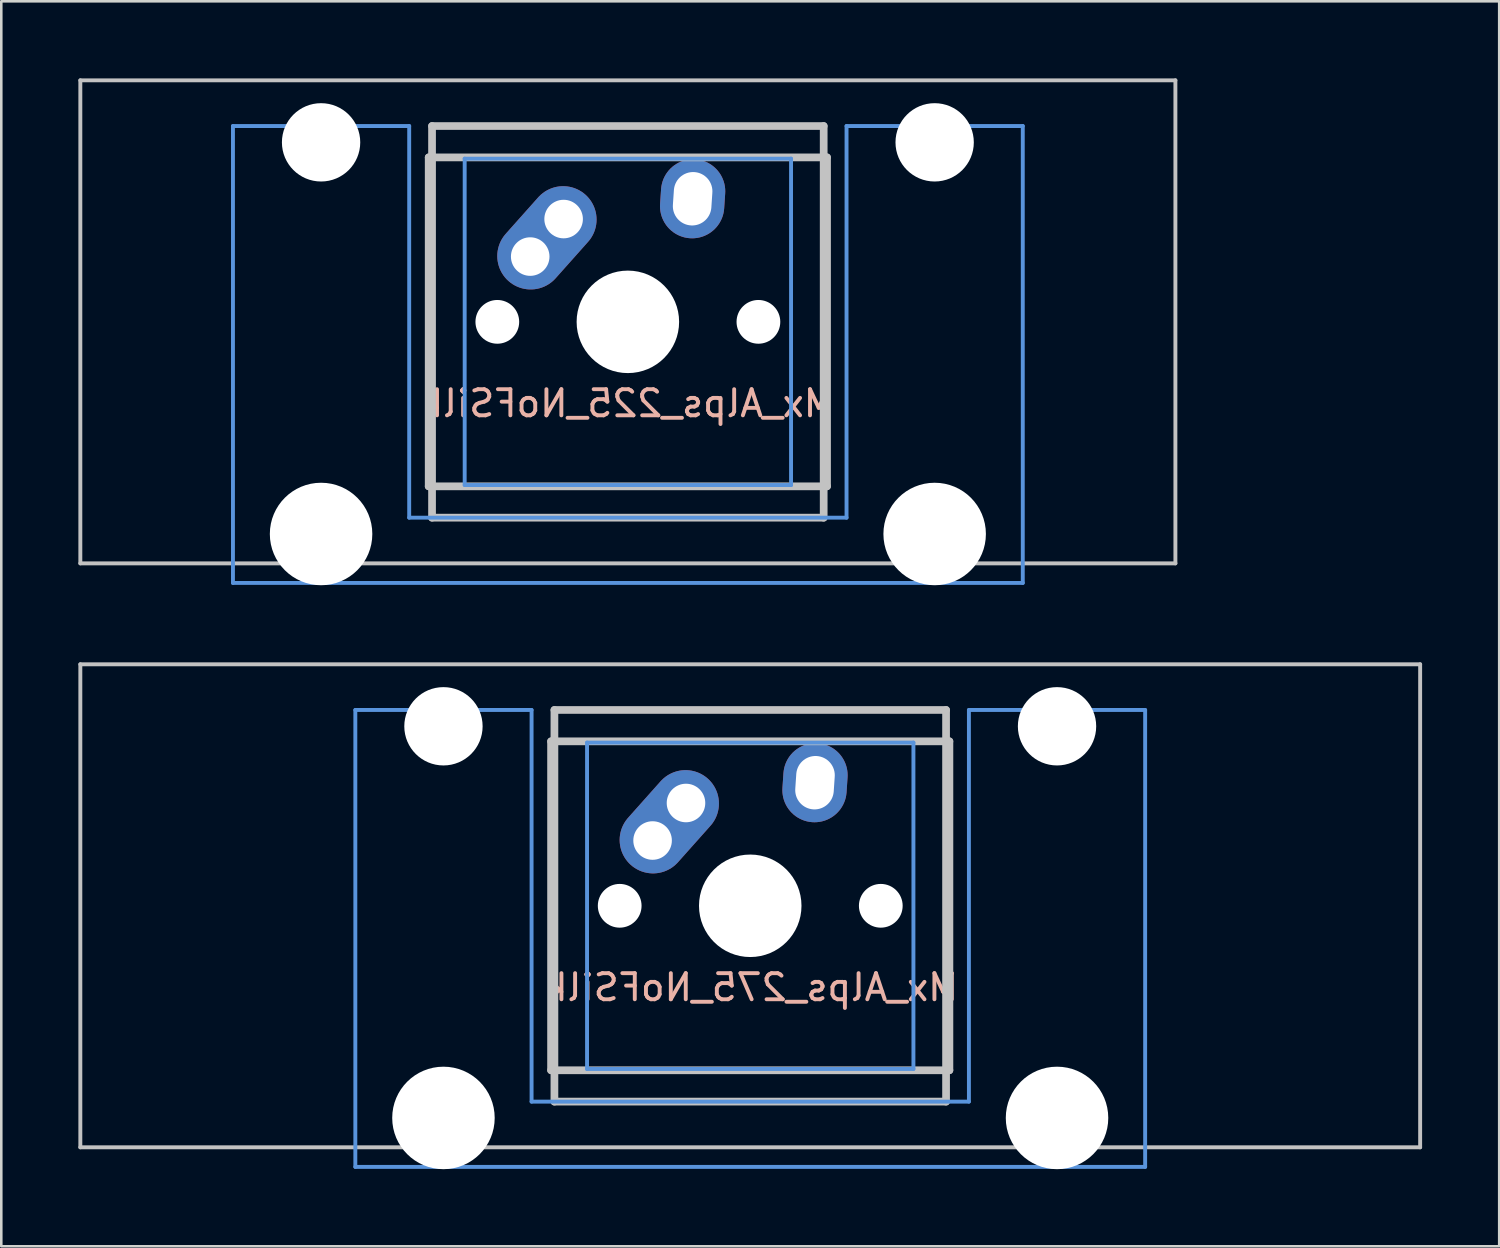
<source format=kicad_pcb>
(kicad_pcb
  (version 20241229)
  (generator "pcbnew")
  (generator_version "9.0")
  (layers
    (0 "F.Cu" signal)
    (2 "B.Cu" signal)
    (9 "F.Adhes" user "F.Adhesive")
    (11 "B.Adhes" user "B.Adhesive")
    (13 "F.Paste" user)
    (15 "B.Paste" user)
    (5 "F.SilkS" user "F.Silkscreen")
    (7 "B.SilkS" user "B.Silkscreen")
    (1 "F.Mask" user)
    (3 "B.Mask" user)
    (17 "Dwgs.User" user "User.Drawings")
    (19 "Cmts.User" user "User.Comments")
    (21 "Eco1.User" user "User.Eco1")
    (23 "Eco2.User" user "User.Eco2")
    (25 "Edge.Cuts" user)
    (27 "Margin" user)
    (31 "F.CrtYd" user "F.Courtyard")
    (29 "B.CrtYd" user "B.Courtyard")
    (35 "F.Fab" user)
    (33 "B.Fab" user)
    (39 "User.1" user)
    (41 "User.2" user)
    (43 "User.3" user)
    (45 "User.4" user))
  (footprint "Mx_Alps_275_NoFSilk"
    (layer "F.Cu")
    (at 26.144 32.197)
    (property "Reference" "Mx_Alps_275_NoFSilk" (at 0.079 3.175 0) (layer "B.SilkS") (effects (font (size 1.016 1.016) (thickness 0.152)) (justify mirror)))
    (attr through_hole)
    (fp_line (start -26.068 -9.398) (end 26.068 -9.398) (stroke (width 0.152) (type solid)) (layer "Dwgs.User"))
    (fp_line (start -26.068 9.398) (end -26.068 -9.398) (stroke (width 0.152) (type solid)) (layer "Dwgs.User"))
    (fp_line (start -7.75 6.4) (end -7.75 -6.4) (stroke (width 0.3) (type solid)) (layer "Dwgs.User"))
    (fp_line (start -7.75 6.4) (end 7.75 6.4) (stroke (width 0.3) (type solid)) (layer "Dwgs.User"))
    (fp_line (start -7.62 -7.62) (end 7.62 -7.62) (stroke (width 0.3) (type solid)) (layer "Dwgs.User"))
    (fp_line (start -7.62 7.62) (end -7.62 -7.62) (stroke (width 0.3) (type solid)) (layer "Dwgs.User"))
    (fp_line (start 7.62 -7.62) (end 7.62 7.62) (stroke (width 0.3) (type solid)) (layer "Dwgs.User"))
    (fp_line (start 7.62 7.62) (end -7.62 7.62) (stroke (width 0.3) (type solid)) (layer "Dwgs.User"))
    (fp_line (start 7.75 -6.4) (end -7.75 -6.4) (stroke (width 0.3) (type solid)) (layer "Dwgs.User"))
    (fp_line (start 7.75 6.4) (end 7.75 -6.4) (stroke (width 0.3) (type solid)) (layer "Dwgs.User"))
    (fp_line (start 26.068 -9.398) (end 26.068 9.398) (stroke (width 0.152) (type solid)) (layer "Dwgs.User"))
    (fp_line (start 26.068 9.398) (end -26.068 9.398) (stroke (width 0.152) (type solid)) (layer "Dwgs.User"))
    (fp_line (start -15.367 -7.62) (end -15.367 10.16) (stroke (width 0.152) (type solid)) (layer "Cmts.User"))
    (fp_line (start -15.367 10.16) (end 15.367 10.16) (stroke (width 0.152) (type solid)) (layer "Cmts.User"))
    (fp_line (start -8.509 -7.62) (end -15.367 -7.62) (stroke (width 0.152) (type solid)) (layer "Cmts.User"))
    (fp_line (start -8.509 7.62) (end -8.509 -7.62) (stroke (width 0.152) (type solid)) (layer "Cmts.User"))
    (fp_line (start -6.35 -6.35) (end 6.35 -6.35) (stroke (width 0.152) (type solid)) (layer "Cmts.User"))
    (fp_line (start -6.35 6.35) (end -6.35 -6.35) (stroke (width 0.152) (type solid)) (layer "Cmts.User"))
    (fp_line (start 6.35 -6.35) (end 6.35 6.35) (stroke (width 0.152) (type solid)) (layer "Cmts.User"))
    (fp_line (start 6.35 6.35) (end -6.35 6.35) (stroke (width 0.152) (type solid)) (layer "Cmts.User"))
    (fp_line (start 8.509 -7.62) (end 8.509 7.62) (stroke (width 0.152) (type solid)) (layer "Cmts.User"))
    (fp_line (start 8.509 7.62) (end -8.509 7.62) (stroke (width 0.152) (type solid)) (layer "Cmts.User"))
    (fp_line (start 15.367 -7.62) (end 8.509 -7.62) (stroke (width 0.152) (type solid)) (layer "Cmts.User"))
    (fp_line (start 15.367 10.16) (end 15.367 -7.62) (stroke (width 0.152) (type solid)) (layer "Cmts.User"))
    (fp_line (start -16.129 -2.286) (end -15.265 -2.286) (stroke (width 0.152) (type solid)) (layer "Eco2.User"))
    (fp_line (start -16.129 0.508) (end -16.129 -2.286) (stroke (width 0.152) (type solid)) (layer "Eco2.User"))
    (fp_line (start -15.265 -5.69) (end -8.611 -5.69) (stroke (width 0.152) (type solid)) (layer "Eco2.User"))
    (fp_line (start -15.265 -2.286) (end -15.265 -5.69) (stroke (width 0.152) (type solid)) (layer "Eco2.User"))
    (fp_line (start -15.265 0.508) (end -16.129 0.508) (stroke (width 0.152) (type solid)) (layer "Eco2.User"))
    (fp_line (start -15.265 6.604) (end -15.265 0.508) (stroke (width 0.152) (type solid)) (layer "Eco2.User"))
    (fp_line (start -14.224 6.604) (end -15.265 6.604) (stroke (width 0.152) (type solid)) (layer "Eco2.User"))
    (fp_line (start -14.224 7.772) (end -14.224 6.604) (stroke (width 0.152) (type solid)) (layer "Eco2.User"))
    (fp_line (start -9.652 6.604) (end -9.652 7.772) (stroke (width 0.152) (type solid)) (layer "Eco2.User"))
    (fp_line (start -9.652 7.772) (end -14.224 7.772) (stroke (width 0.152) (type solid)) (layer "Eco2.User"))
    (fp_line (start -8.611 -5.69) (end -8.611 -4.877) (stroke (width 0.152) (type solid)) (layer "Eco2.User"))
    (fp_line (start -8.611 -4.877) (end -6.985 -4.877) (stroke (width 0.152) (type solid)) (layer "Eco2.User"))
    (fp_line (start -8.611 5.817) (end -8.611 6.604) (stroke (width 0.152) (type solid)) (layer "Eco2.User"))
    (fp_line (start -8.611 6.604) (end -9.652 6.604) (stroke (width 0.152) (type solid)) (layer "Eco2.User"))
    (fp_line (start -6.985 -6.985) (end 6.985 -6.985) (stroke (width 0.152) (type solid)) (layer "Eco2.User"))
    (fp_line (start -6.985 -4.877) (end -6.985 -6.985) (stroke (width 0.152) (type solid)) (layer "Eco2.User"))
    (fp_line (start -6.985 5.817) (end -8.611 5.817) (stroke (width 0.152) (type solid)) (layer "Eco2.User"))
    (fp_line (start -6.985 6.985) (end -6.985 5.817) (stroke (width 0.152) (type solid)) (layer "Eco2.User"))
    (fp_line (start 6.985 -6.985) (end 6.985 -4.877) (stroke (width 0.152) (type solid)) (layer "Eco2.User"))
    (fp_line (start 6.985 -4.877) (end 8.611 -4.877) (stroke (width 0.152) (type solid)) (layer "Eco2.User"))
    (fp_line (start 6.985 5.817) (end 6.985 6.985) (stroke (width 0.152) (type solid)) (layer "Eco2.User"))
    (fp_line (start 6.985 6.985) (end -6.985 6.985) (stroke (width 0.152) (type solid)) (layer "Eco2.User"))
    (fp_line (start 8.611 -5.69) (end 15.265 -5.69) (stroke (width 0.152) (type solid)) (layer "Eco2.User"))
    (fp_line (start 8.611 -4.877) (end 8.611 -5.69) (stroke (width 0.152) (type solid)) (layer "Eco2.User"))
    (fp_line (start 8.611 5.817) (end 6.985 5.817) (stroke (width 0.152) (type solid)) (layer "Eco2.User"))
    (fp_line (start 8.611 6.604) (end 8.611 5.817) (stroke (width 0.152) (type solid)) (layer "Eco2.User"))
    (fp_line (start 9.652 6.604) (end 8.611 6.604) (stroke (width 0.152) (type solid)) (layer "Eco2.User"))
    (fp_line (start 9.652 7.772) (end 9.652 6.604) (stroke (width 0.152) (type solid)) (layer "Eco2.User"))
    (fp_line (start 14.224 6.604) (end 14.224 7.772) (stroke (width 0.152) (type solid)) (layer "Eco2.User"))
    (fp_line (start 14.224 7.772) (end 9.652 7.772) (stroke (width 0.152) (type solid)) (layer "Eco2.User"))
    (fp_line (start 15.265 -5.69) (end 15.265 -2.286) (stroke (width 0.152) (type solid)) (layer "Eco2.User"))
    (fp_line (start 15.265 -2.286) (end 16.129 -2.286) (stroke (width 0.152) (type solid)) (layer "Eco2.User"))
    (fp_line (start 15.265 0.508) (end 15.265 6.604) (stroke (width 0.152) (type solid)) (layer "Eco2.User"))
    (fp_line (start 15.265 6.604) (end 14.224 6.604) (stroke (width 0.152) (type solid)) (layer "Eco2.User"))
    (fp_line (start 16.129 -2.286) (end 16.129 0.508) (stroke (width 0.152) (type solid)) (layer "Eco2.User"))
    (fp_line (start 16.129 0.508) (end 15.265 0.508) (stroke (width 0.152) (type solid)) (layer "Eco2.User"))
    (pad "" np_thru_hole circle (at -11.938 -6.985) (size 3.048 3.048) (drill 3.048) (layers "*.Cu"))
    (pad "" np_thru_hole circle (at -11.938 8.255) (size 3.988 3.988) (drill 3.988) (layers "*.Cu"))
    (pad "" np_thru_hole circle (at -5.08 0) (size 1.702 1.702) (drill 1.702) (layers "*.Cu"))
    (pad "" np_thru_hole circle (at 0 0) (size 3.988 3.988) (drill 3.988) (layers "*.Cu"))
    (pad "" np_thru_hole circle (at 5.08 0) (size 1.702 1.702) (drill 1.702) (layers "*.Cu"))
    (pad "" np_thru_hole circle (at 11.938 -6.985) (size 3.048 3.048) (drill 3.048) (layers "*.Cu"))
    (pad "" np_thru_hole circle (at 11.938 8.255) (size 3.988 3.988) (drill 3.988) (layers "*.Cu"))
    (pad "1" thru_hole circle (at -3.8 -2.54) (size 2.377 2.377) (drill 1.5) (layers "*.Cu" "*.Mask"))
    (pad "1" smd oval (at -3.15 -3.27 48.3) (size 4.5 2.6) (layers "F.Cu" "F.Mask"))
    (pad "1" smd oval (at -3.15 -3.27 48.3) (size 4.5 2.6) (layers "B.Cu" "B.Mask"))
    (pad "1" thru_hole circle (at -2.5 -4) (size 2.377 2.377) (drill 1.5) (layers "*.Cu" "*.Mask"))
    (pad "2" thru_hole oval (at 2.52 -4.79 356.1) (size 2.5 3.08) (drill oval 1.5 2.08) (layers "*.Cu" "*.Mask")))
  (footprint "Mx_Alps_225_NoFSilk"
    (layer "F.Cu")
    (at 21.382 9.474)
    (property "Reference" "Mx_Alps_225_NoFSilk" (at 0 3.175 0) (layer "B.SilkS") (effects (font (size 1.016 1.016) (thickness 0.152)) (justify mirror)))
    (attr through_hole)
    (fp_line (start -21.306 -9.398) (end 21.306 -9.398) (stroke (width 0.152) (type solid)) (layer "Dwgs.User"))
    (fp_line (start -21.306 9.398) (end -21.306 -9.398) (stroke (width 0.152) (type solid)) (layer "Dwgs.User"))
    (fp_line (start -7.75 6.4) (end -7.75 -6.4) (stroke (width 0.3) (type solid)) (layer "Dwgs.User"))
    (fp_line (start -7.75 6.4) (end 7.75 6.4) (stroke (width 0.3) (type solid)) (layer "Dwgs.User"))
    (fp_line (start -7.62 -7.62) (end 7.62 -7.62) (stroke (width 0.3) (type solid)) (layer "Dwgs.User"))
    (fp_line (start -7.62 7.62) (end -7.62 -7.62) (stroke (width 0.3) (type solid)) (layer "Dwgs.User"))
    (fp_line (start 7.62 -7.62) (end 7.62 7.62) (stroke (width 0.3) (type solid)) (layer "Dwgs.User"))
    (fp_line (start 7.62 7.62) (end -7.62 7.62) (stroke (width 0.3) (type solid)) (layer "Dwgs.User"))
    (fp_line (start 7.75 -6.4) (end -7.75 -6.4) (stroke (width 0.3) (type solid)) (layer "Dwgs.User"))
    (fp_line (start 7.75 6.4) (end 7.75 -6.4) (stroke (width 0.3) (type solid)) (layer "Dwgs.User"))
    (fp_line (start 21.306 -9.398) (end 21.306 9.398) (stroke (width 0.152) (type solid)) (layer "Dwgs.User"))
    (fp_line (start 21.306 9.398) (end -21.306 9.398) (stroke (width 0.152) (type solid)) (layer "Dwgs.User"))
    (fp_line (start -15.367 -7.62) (end -15.367 10.16) (stroke (width 0.152) (type solid)) (layer "Cmts.User"))
    (fp_line (start -15.367 10.16) (end 15.367 10.16) (stroke (width 0.152) (type solid)) (layer "Cmts.User"))
    (fp_line (start -8.509 -7.62) (end -15.367 -7.62) (stroke (width 0.152) (type solid)) (layer "Cmts.User"))
    (fp_line (start -8.509 7.62) (end -8.509 -7.62) (stroke (width 0.152) (type solid)) (layer "Cmts.User"))
    (fp_line (start -6.35 -6.35) (end 6.35 -6.35) (stroke (width 0.152) (type solid)) (layer "Cmts.User"))
    (fp_line (start -6.35 6.35) (end -6.35 -6.35) (stroke (width 0.152) (type solid)) (layer "Cmts.User"))
    (fp_line (start 6.35 -6.35) (end 6.35 6.35) (stroke (width 0.152) (type solid)) (layer "Cmts.User"))
    (fp_line (start 6.35 6.35) (end -6.35 6.35) (stroke (width 0.152) (type solid)) (layer "Cmts.User"))
    (fp_line (start 8.509 -7.62) (end 8.509 7.62) (stroke (width 0.152) (type solid)) (layer "Cmts.User"))
    (fp_line (start 8.509 7.62) (end -8.509 7.62) (stroke (width 0.152) (type solid)) (layer "Cmts.User"))
    (fp_line (start 15.367 -7.62) (end 8.509 -7.62) (stroke (width 0.152) (type solid)) (layer "Cmts.User"))
    (fp_line (start 15.367 10.16) (end 15.367 -7.62) (stroke (width 0.152) (type solid)) (layer "Cmts.User"))
    (fp_line (start -16.129 -2.286) (end -15.265 -2.286) (stroke (width 0.152) (type solid)) (layer "Eco2.User"))
    (fp_line (start -16.129 0.508) (end -16.129 -2.286) (stroke (width 0.152) (type solid)) (layer "Eco2.User"))
    (fp_line (start -15.265 -5.69) (end -8.611 -5.69) (stroke (width 0.152) (type solid)) (layer "Eco2.User"))
    (fp_line (start -15.265 -2.286) (end -15.265 -5.69) (stroke (width 0.152) (type solid)) (layer "Eco2.User"))
    (fp_line (start -15.265 0.508) (end -16.129 0.508) (stroke (width 0.152) (type solid)) (layer "Eco2.User"))
    (fp_line (start -15.265 6.604) (end -15.265 0.508) (stroke (width 0.152) (type solid)) (layer "Eco2.User"))
    (fp_line (start -14.224 6.604) (end -15.265 6.604) (stroke (width 0.152) (type solid)) (layer "Eco2.User"))
    (fp_line (start -14.224 7.772) (end -14.224 6.604) (stroke (width 0.152) (type solid)) (layer "Eco2.User"))
    (fp_line (start -9.652 6.604) (end -9.652 7.772) (stroke (width 0.152) (type solid)) (layer "Eco2.User"))
    (fp_line (start -9.652 7.772) (end -14.224 7.772) (stroke (width 0.152) (type solid)) (layer "Eco2.User"))
    (fp_line (start -8.611 -5.69) (end -8.611 -4.877) (stroke (width 0.152) (type solid)) (layer "Eco2.User"))
    (fp_line (start -8.611 -4.877) (end -6.985 -4.877) (stroke (width 0.152) (type solid)) (layer "Eco2.User"))
    (fp_line (start -8.611 5.817) (end -8.611 6.604) (stroke (width 0.152) (type solid)) (layer "Eco2.User"))
    (fp_line (start -8.611 6.604) (end -9.652 6.604) (stroke (width 0.152) (type solid)) (layer "Eco2.User"))
    (fp_line (start -6.985 -6.985) (end 6.985 -6.985) (stroke (width 0.152) (type solid)) (layer "Eco2.User"))
    (fp_line (start -6.985 -4.877) (end -6.985 -6.985) (stroke (width 0.152) (type solid)) (layer "Eco2.User"))
    (fp_line (start -6.985 5.817) (end -8.611 5.817) (stroke (width 0.152) (type solid)) (layer "Eco2.User"))
    (fp_line (start -6.985 6.985) (end -6.985 5.817) (stroke (width 0.152) (type solid)) (layer "Eco2.User"))
    (fp_line (start 6.985 -6.985) (end 6.985 -4.877) (stroke (width 0.152) (type solid)) (layer "Eco2.User"))
    (fp_line (start 6.985 -4.877) (end 8.611 -4.877) (stroke (width 0.152) (type solid)) (layer "Eco2.User"))
    (fp_line (start 6.985 5.817) (end 6.985 6.985) (stroke (width 0.152) (type solid)) (layer "Eco2.User"))
    (fp_line (start 6.985 6.985) (end -6.985 6.985) (stroke (width 0.152) (type solid)) (layer "Eco2.User"))
    (fp_line (start 8.611 -5.69) (end 15.265 -5.69) (stroke (width 0.152) (type solid)) (layer "Eco2.User"))
    (fp_line (start 8.611 -4.877) (end 8.611 -5.69) (stroke (width 0.152) (type solid)) (layer "Eco2.User"))
    (fp_line (start 8.611 5.817) (end 6.985 5.817) (stroke (width 0.152) (type solid)) (layer "Eco2.User"))
    (fp_line (start 8.611 6.604) (end 8.611 5.817) (stroke (width 0.152) (type solid)) (layer "Eco2.User"))
    (fp_line (start 9.652 6.604) (end 8.611 6.604) (stroke (width 0.152) (type solid)) (layer "Eco2.User"))
    (fp_line (start 9.652 7.772) (end 9.652 6.604) (stroke (width 0.152) (type solid)) (layer "Eco2.User"))
    (fp_line (start 14.224 6.604) (end 14.224 7.772) (stroke (width 0.152) (type solid)) (layer "Eco2.User"))
    (fp_line (start 14.224 7.772) (end 9.652 7.772) (stroke (width 0.152) (type solid)) (layer "Eco2.User"))
    (fp_line (start 15.265 -5.69) (end 15.265 -2.286) (stroke (width 0.152) (type solid)) (layer "Eco2.User"))
    (fp_line (start 15.265 -2.286) (end 16.129 -2.286) (stroke (width 0.152) (type solid)) (layer "Eco2.User"))
    (fp_line (start 15.265 0.508) (end 15.265 6.604) (stroke (width 0.152) (type solid)) (layer "Eco2.User"))
    (fp_line (start 15.265 6.604) (end 14.224 6.604) (stroke (width 0.152) (type solid)) (layer "Eco2.User"))
    (fp_line (start 16.129 -2.286) (end 16.129 0.508) (stroke (width 0.152) (type solid)) (layer "Eco2.User"))
    (fp_line (start 16.129 0.508) (end 15.265 0.508) (stroke (width 0.152) (type solid)) (layer "Eco2.User"))
    (pad "" np_thru_hole circle (at -11.938 -6.985) (size 3.048 3.048) (drill 3.048) (layers "*.Cu"))
    (pad "" np_thru_hole circle (at -11.938 8.255) (size 3.988 3.988) (drill 3.988) (layers "*.Cu"))
    (pad "" np_thru_hole circle (at -5.08 0) (size 1.702 1.702) (drill 1.702) (layers "*.Cu"))
    (pad "" np_thru_hole circle (at 0 0) (size 3.988 3.988) (drill 3.988) (layers "*.Cu"))
    (pad "" np_thru_hole circle (at 5.08 0) (size 1.702 1.702) (drill 1.702) (layers "*.Cu"))
    (pad "" np_thru_hole circle (at 11.938 -6.985) (size 3.048 3.048) (drill 3.048) (layers "*.Cu"))
    (pad "" np_thru_hole circle (at 11.938 8.255) (size 3.988 3.988) (drill 3.988) (layers "*.Cu"))
    (pad "1" thru_hole circle (at -3.8 -2.54) (size 2.377 2.377) (drill 1.5) (layers "*.Cu" "*.Mask"))
    (pad "1" smd oval (at -3.15 -3.27 48.3) (size 4.5 2.6) (layers "F.Cu" "F.Mask"))
    (pad "1" smd oval (at -3.15 -3.27 48.3) (size 4.5 2.6) (layers "B.Cu" "B.Mask"))
    (pad "1" thru_hole circle (at -2.5 -4) (size 2.377 2.377) (drill 1.5) (layers "*.Cu" "*.Mask"))
    (pad "2" thru_hole oval (at 2.52 -4.79 356.1) (size 2.5 3.08) (drill oval 1.5 2.08) (layers "*.Cu" "*.Mask")))
  (gr_rect
    (start -3 -3)
    (end 55.288 45.446)
    (stroke (width 0.1) (type default))
    (fill no)
    (layer "Edge.Cuts")))
</source>
